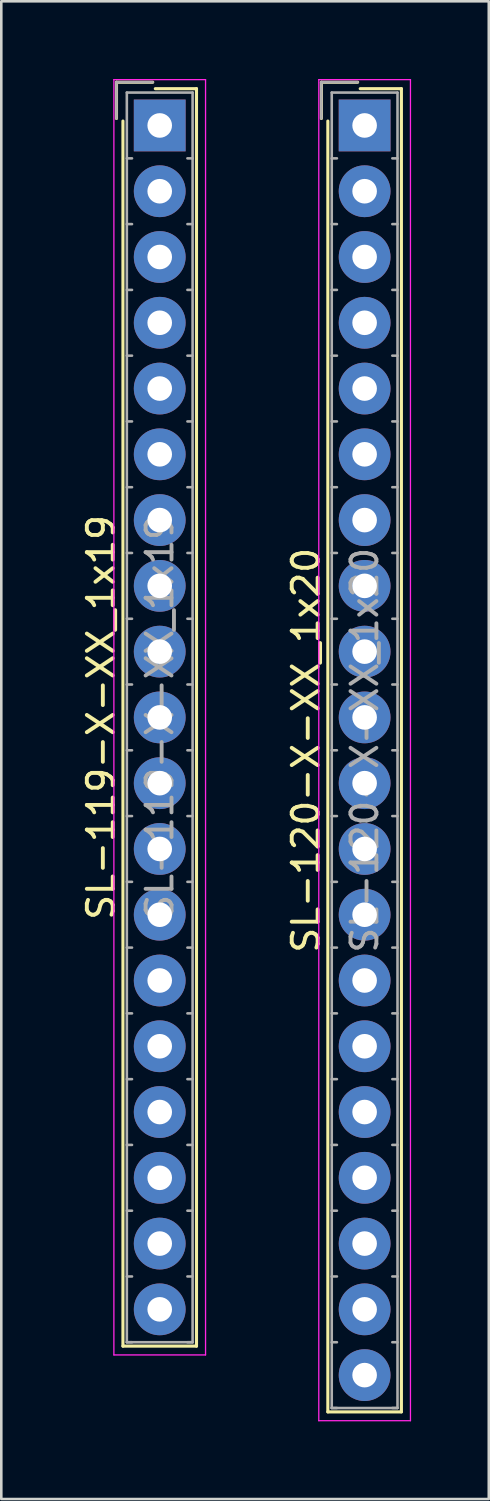
<source format=kicad_pcb>
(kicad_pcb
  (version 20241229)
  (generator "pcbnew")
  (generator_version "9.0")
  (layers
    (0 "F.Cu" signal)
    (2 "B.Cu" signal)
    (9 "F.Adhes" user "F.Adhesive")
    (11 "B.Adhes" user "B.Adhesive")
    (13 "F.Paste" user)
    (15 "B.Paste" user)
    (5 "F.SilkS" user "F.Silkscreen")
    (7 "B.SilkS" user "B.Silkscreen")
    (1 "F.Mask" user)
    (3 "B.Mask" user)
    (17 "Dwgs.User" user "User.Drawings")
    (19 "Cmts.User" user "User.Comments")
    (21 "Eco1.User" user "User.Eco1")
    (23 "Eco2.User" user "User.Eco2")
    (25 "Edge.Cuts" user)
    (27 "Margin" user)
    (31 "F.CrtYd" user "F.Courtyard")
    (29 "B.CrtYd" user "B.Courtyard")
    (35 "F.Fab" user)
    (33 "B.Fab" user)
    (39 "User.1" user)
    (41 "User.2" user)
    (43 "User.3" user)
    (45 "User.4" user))
  (footprint "SL-120-X-XX_1x20"
    (layer "F.Cu")
    (at 11.031 1.795)
    (property "Reference" "SL-120-X-XX_1x20" (at -2.27 24.13 90) (layer "F.SilkS") (effects (font (size 1 1) (thickness 0.15))))
    (attr through_hole)
    (fp_line (start -1.67 -1.67) (end -1.67 -0.27) (stroke (width 0.12) (type solid)) (layer "F.SilkS"))
    (fp_line (start -1.42 49.68) (end -1.42 -0.17) (stroke (width 0.12) (type solid)) (layer "F.SilkS"))
    (fp_line (start -0.27 -1.67) (end -1.67 -1.67) (stroke (width 0.12) (type solid)) (layer "F.SilkS"))
    (fp_line (start -0.17 -1.42) (end 1.42 -1.42) (stroke (width 0.12) (type solid)) (layer "F.SilkS"))
    (fp_line (start 1.42 -1.42) (end 1.42 49.68) (stroke (width 0.12) (type solid)) (layer "F.SilkS"))
    (fp_line (start 1.42 49.68) (end -1.42 49.68) (stroke (width 0.12) (type solid)) (layer "F.SilkS"))
    (fp_line (start -1.77 -1.77) (end -1.77 50.02) (stroke (width 0.05) (type solid)) (layer "F.CrtYd"))
    (fp_line (start -1.77 50.02) (end 1.77 50.02) (stroke (width 0.05) (type solid)) (layer "F.CrtYd"))
    (fp_line (start 1.77 -1.77) (end -1.77 -1.77) (stroke (width 0.05) (type solid)) (layer "F.CrtYd"))
    (fp_line (start 1.77 50.02) (end 1.77 -1.77) (stroke (width 0.05) (type solid)) (layer "F.CrtYd"))
    (fp_line (start -1.67 -1.67) (end -1.67 -0.27) (stroke (width 0.1) (type solid)) (layer "F.Fab"))
    (fp_line (start -1.27 -1.27) (end -1.27 49.53) (stroke (width 0.1) (type solid)) (layer "F.Fab"))
    (fp_line (start -1.27 1.27) (end -1.07 1.27) (stroke (width 0.1) (type solid)) (layer "F.Fab"))
    (fp_line (start -1.27 3.81) (end -1.07 3.81) (stroke (width 0.1) (type solid)) (layer "F.Fab"))
    (fp_line (start -1.27 6.35) (end -1.07 6.35) (stroke (width 0.1) (type solid)) (layer "F.Fab"))
    (fp_line (start -1.27 8.89) (end -1.07 8.89) (stroke (width 0.1) (type solid)) (layer "F.Fab"))
    (fp_line (start -1.27 11.43) (end -1.07 11.43) (stroke (width 0.1) (type solid)) (layer "F.Fab"))
    (fp_line (start -1.27 13.97) (end -1.07 13.97) (stroke (width 0.1) (type solid)) (layer "F.Fab"))
    (fp_line (start -1.27 16.51) (end -1.07 16.51) (stroke (width 0.1) (type solid)) (layer "F.Fab"))
    (fp_line (start -1.27 19.05) (end -1.07 19.05) (stroke (width 0.1) (type solid)) (layer "F.Fab"))
    (fp_line (start -1.27 21.59) (end -1.07 21.59) (stroke (width 0.1) (type solid)) (layer "F.Fab"))
    (fp_line (start -1.27 24.13) (end -1.07 24.13) (stroke (width 0.1) (type solid)) (layer "F.Fab"))
    (fp_line (start -1.27 26.67) (end -1.07 26.67) (stroke (width 0.1) (type solid)) (layer "F.Fab"))
    (fp_line (start -1.27 29.21) (end -1.07 29.21) (stroke (width 0.1) (type solid)) (layer "F.Fab"))
    (fp_line (start -1.27 31.75) (end -1.07 31.75) (stroke (width 0.1) (type solid)) (layer "F.Fab"))
    (fp_line (start -1.27 34.29) (end -1.07 34.29) (stroke (width 0.1) (type solid)) (layer "F.Fab"))
    (fp_line (start -1.27 36.83) (end -1.07 36.83) (stroke (width 0.1) (type solid)) (layer "F.Fab"))
    (fp_line (start -1.27 39.37) (end -1.07 39.37) (stroke (width 0.1) (type solid)) (layer "F.Fab"))
    (fp_line (start -1.27 41.91) (end -1.07 41.91) (stroke (width 0.1) (type solid)) (layer "F.Fab"))
    (fp_line (start -1.27 44.45) (end -1.07 44.45) (stroke (width 0.1) (type solid)) (layer "F.Fab"))
    (fp_line (start -1.27 46.99) (end -1.07 46.99) (stroke (width 0.1) (type solid)) (layer "F.Fab"))
    (fp_line (start -1.27 49.53) (end -1.07 49.53) (stroke (width 0.1) (type solid)) (layer "F.Fab"))
    (fp_line (start -1.27 49.53) (end 1.27 49.53) (stroke (width 0.1) (type solid)) (layer "F.Fab"))
    (fp_line (start -0.27 -1.67) (end -1.67 -1.67) (stroke (width 0.1) (type solid)) (layer "F.Fab"))
    (fp_line (start 1.27 -1.27) (end -1.27 -1.27) (stroke (width 0.1) (type solid)) (layer "F.Fab"))
    (fp_line (start 1.27 1.27) (end 1.07 1.27) (stroke (width 0.1) (type solid)) (layer "F.Fab"))
    (fp_line (start 1.27 3.81) (end 1.07 3.81) (stroke (width 0.1) (type solid)) (layer "F.Fab"))
    (fp_line (start 1.27 6.35) (end 1.07 6.35) (stroke (width 0.1) (type solid)) (layer "F.Fab"))
    (fp_line (start 1.27 8.89) (end 1.07 8.89) (stroke (width 0.1) (type solid)) (layer "F.Fab"))
    (fp_line (start 1.27 11.43) (end 1.07 11.43) (stroke (width 0.1) (type solid)) (layer "F.Fab"))
    (fp_line (start 1.27 13.97) (end 1.07 13.97) (stroke (width 0.1) (type solid)) (layer "F.Fab"))
    (fp_line (start 1.27 16.51) (end 1.07 16.51) (stroke (width 0.1) (type solid)) (layer "F.Fab"))
    (fp_line (start 1.27 19.05) (end 1.07 19.05) (stroke (width 0.1) (type solid)) (layer "F.Fab"))
    (fp_line (start 1.27 21.59) (end 1.07 21.59) (stroke (width 0.1) (type solid)) (layer "F.Fab"))
    (fp_line (start 1.27 24.13) (end 1.07 24.13) (stroke (width 0.1) (type solid)) (layer "F.Fab"))
    (fp_line (start 1.27 26.67) (end 1.07 26.67) (stroke (width 0.1) (type solid)) (layer "F.Fab"))
    (fp_line (start 1.27 29.21) (end 1.07 29.21) (stroke (width 0.1) (type solid)) (layer "F.Fab"))
    (fp_line (start 1.27 31.75) (end 1.07 31.75) (stroke (width 0.1) (type solid)) (layer "F.Fab"))
    (fp_line (start 1.27 34.29) (end 1.07 34.29) (stroke (width 0.1) (type solid)) (layer "F.Fab"))
    (fp_line (start 1.27 36.83) (end 1.07 36.83) (stroke (width 0.1) (type solid)) (layer "F.Fab"))
    (fp_line (start 1.27 39.37) (end 1.07 39.37) (stroke (width 0.1) (type solid)) (layer "F.Fab"))
    (fp_line (start 1.27 41.91) (end 1.07 41.91) (stroke (width 0.1) (type solid)) (layer "F.Fab"))
    (fp_line (start 1.27 44.45) (end 1.07 44.45) (stroke (width 0.1) (type solid)) (layer "F.Fab"))
    (fp_line (start 1.27 46.99) (end 1.07 46.99) (stroke (width 0.1) (type solid)) (layer "F.Fab"))
    (fp_line (start 1.27 49.53) (end 1.07 49.53) (stroke (width 0.1) (type solid)) (layer "F.Fab"))
    (fp_line (start 1.27 49.53) (end 1.27 -1.27) (stroke (width 0.1) (type solid)) (layer "F.Fab"))
    (fp_text user "${REFERENCE}" (at 0 24.13 90) (layer "F.Fab") (effects (font (size 1 1) (thickness 0.15))))
    (pad "1" thru_hole rect (at 0 0) (size 2 2) (drill 0.95) (layers "*.Cu" "*.Mask"))
    (pad "2" thru_hole circle (at 0 2.54) (size 2 2) (drill 0.95) (layers "*.Cu" "*.Mask"))
    (pad "3" thru_hole circle (at 0 5.08) (size 2 2) (drill 0.95) (layers "*.Cu" "*.Mask"))
    (pad "4" thru_hole circle (at 0 7.62) (size 2 2) (drill 0.95) (layers "*.Cu" "*.Mask"))
    (pad "5" thru_hole circle (at 0 10.16) (size 2 2) (drill 0.95) (layers "*.Cu" "*.Mask"))
    (pad "6" thru_hole circle (at 0 12.7) (size 2 2) (drill 0.95) (layers "*.Cu" "*.Mask"))
    (pad "7" thru_hole circle (at 0 15.24) (size 2 2) (drill 0.95) (layers "*.Cu" "*.Mask"))
    (pad "8" thru_hole circle (at 0 17.78) (size 2 2) (drill 0.95) (layers "*.Cu" "*.Mask"))
    (pad "9" thru_hole circle (at 0 20.32) (size 2 2) (drill 0.95) (layers "*.Cu" "*.Mask"))
    (pad "10" thru_hole circle (at 0 22.86) (size 2 2) (drill 0.95) (layers "*.Cu" "*.Mask"))
    (pad "11" thru_hole circle (at 0 25.4) (size 2 2) (drill 0.95) (layers "*.Cu" "*.Mask"))
    (pad "12" thru_hole circle (at 0 27.94) (size 2 2) (drill 0.95) (layers "*.Cu" "*.Mask"))
    (pad "13" thru_hole circle (at 0 30.48) (size 2 2) (drill 0.95) (layers "*.Cu" "*.Mask"))
    (pad "14" thru_hole circle (at 0 33.02) (size 2 2) (drill 0.95) (layers "*.Cu" "*.Mask"))
    (pad "15" thru_hole circle (at 0 35.56) (size 2 2) (drill 0.95) (layers "*.Cu" "*.Mask"))
    (pad "16" thru_hole circle (at 0 38.1) (size 2 2) (drill 0.95) (layers "*.Cu" "*.Mask"))
    (pad "17" thru_hole circle (at 0 40.64) (size 2 2) (drill 0.95) (layers "*.Cu" "*.Mask"))
    (pad "18" thru_hole circle (at 0 43.18) (size 2 2) (drill 0.95) (layers "*.Cu" "*.Mask"))
    (pad "19" thru_hole circle (at 0 45.72) (size 2 2) (drill 0.95) (layers "*.Cu" "*.Mask"))
    (pad "20" thru_hole circle (at 0 48.26) (size 2 2) (drill 0.95) (layers "*.Cu" "*.Mask")))
  (footprint "SL-119-X-XX_1x19"
    (layer "F.Cu")
    (at 3.118 1.795)
    (property "Reference" "SL-119-X-XX_1x19" (at -2.27 22.86 90) (layer "F.SilkS") (effects (font (size 1 1) (thickness 0.15))))
    (attr through_hole)
    (fp_line (start -1.67 -1.67) (end -1.67 -0.27) (stroke (width 0.12) (type solid)) (layer "F.SilkS"))
    (fp_line (start -1.42 47.14) (end -1.42 -0.17) (stroke (width 0.12) (type solid)) (layer "F.SilkS"))
    (fp_line (start -0.27 -1.67) (end -1.67 -1.67) (stroke (width 0.12) (type solid)) (layer "F.SilkS"))
    (fp_line (start -0.17 -1.42) (end 1.42 -1.42) (stroke (width 0.12) (type solid)) (layer "F.SilkS"))
    (fp_line (start 1.42 -1.42) (end 1.42 47.14) (stroke (width 0.12) (type solid)) (layer "F.SilkS"))
    (fp_line (start 1.42 47.14) (end -1.42 47.14) (stroke (width 0.12) (type solid)) (layer "F.SilkS"))
    (fp_line (start -1.77 -1.77) (end -1.77 47.48) (stroke (width 0.05) (type solid)) (layer "F.CrtYd"))
    (fp_line (start -1.77 47.48) (end 1.77 47.48) (stroke (width 0.05) (type solid)) (layer "F.CrtYd"))
    (fp_line (start 1.77 -1.77) (end -1.77 -1.77) (stroke (width 0.05) (type solid)) (layer "F.CrtYd"))
    (fp_line (start 1.77 47.48) (end 1.77 -1.77) (stroke (width 0.05) (type solid)) (layer "F.CrtYd"))
    (fp_line (start -1.67 -1.67) (end -1.67 -0.27) (stroke (width 0.1) (type solid)) (layer "F.Fab"))
    (fp_line (start -1.27 -1.27) (end -1.27 46.99) (stroke (width 0.1) (type solid)) (layer "F.Fab"))
    (fp_line (start -1.27 1.27) (end -1.07 1.27) (stroke (width 0.1) (type solid)) (layer "F.Fab"))
    (fp_line (start -1.27 3.81) (end -1.07 3.81) (stroke (width 0.1) (type solid)) (layer "F.Fab"))
    (fp_line (start -1.27 6.35) (end -1.07 6.35) (stroke (width 0.1) (type solid)) (layer "F.Fab"))
    (fp_line (start -1.27 8.89) (end -1.07 8.89) (stroke (width 0.1) (type solid)) (layer "F.Fab"))
    (fp_line (start -1.27 11.43) (end -1.07 11.43) (stroke (width 0.1) (type solid)) (layer "F.Fab"))
    (fp_line (start -1.27 13.97) (end -1.07 13.97) (stroke (width 0.1) (type solid)) (layer "F.Fab"))
    (fp_line (start -1.27 16.51) (end -1.07 16.51) (stroke (width 0.1) (type solid)) (layer "F.Fab"))
    (fp_line (start -1.27 19.05) (end -1.07 19.05) (stroke (width 0.1) (type solid)) (layer "F.Fab"))
    (fp_line (start -1.27 21.59) (end -1.07 21.59) (stroke (width 0.1) (type solid)) (layer "F.Fab"))
    (fp_line (start -1.27 24.13) (end -1.07 24.13) (stroke (width 0.1) (type solid)) (layer "F.Fab"))
    (fp_line (start -1.27 26.67) (end -1.07 26.67) (stroke (width 0.1) (type solid)) (layer "F.Fab"))
    (fp_line (start -1.27 29.21) (end -1.07 29.21) (stroke (width 0.1) (type solid)) (layer "F.Fab"))
    (fp_line (start -1.27 31.75) (end -1.07 31.75) (stroke (width 0.1) (type solid)) (layer "F.Fab"))
    (fp_line (start -1.27 34.29) (end -1.07 34.29) (stroke (width 0.1) (type solid)) (layer "F.Fab"))
    (fp_line (start -1.27 36.83) (end -1.07 36.83) (stroke (width 0.1) (type solid)) (layer "F.Fab"))
    (fp_line (start -1.27 39.37) (end -1.07 39.37) (stroke (width 0.1) (type solid)) (layer "F.Fab"))
    (fp_line (start -1.27 41.91) (end -1.07 41.91) (stroke (width 0.1) (type solid)) (layer "F.Fab"))
    (fp_line (start -1.27 44.45) (end -1.07 44.45) (stroke (width 0.1) (type solid)) (layer "F.Fab"))
    (fp_line (start -1.27 46.99) (end -1.07 46.99) (stroke (width 0.1) (type solid)) (layer "F.Fab"))
    (fp_line (start -1.27 46.99) (end 1.27 46.99) (stroke (width 0.1) (type solid)) (layer "F.Fab"))
    (fp_line (start -0.27 -1.67) (end -1.67 -1.67) (stroke (width 0.1) (type solid)) (layer "F.Fab"))
    (fp_line (start 1.27 -1.27) (end -1.27 -1.27) (stroke (width 0.1) (type solid)) (layer "F.Fab"))
    (fp_line (start 1.27 1.27) (end 1.07 1.27) (stroke (width 0.1) (type solid)) (layer "F.Fab"))
    (fp_line (start 1.27 3.81) (end 1.07 3.81) (stroke (width 0.1) (type solid)) (layer "F.Fab"))
    (fp_line (start 1.27 6.35) (end 1.07 6.35) (stroke (width 0.1) (type solid)) (layer "F.Fab"))
    (fp_line (start 1.27 8.89) (end 1.07 8.89) (stroke (width 0.1) (type solid)) (layer "F.Fab"))
    (fp_line (start 1.27 11.43) (end 1.07 11.43) (stroke (width 0.1) (type solid)) (layer "F.Fab"))
    (fp_line (start 1.27 13.97) (end 1.07 13.97) (stroke (width 0.1) (type solid)) (layer "F.Fab"))
    (fp_line (start 1.27 16.51) (end 1.07 16.51) (stroke (width 0.1) (type solid)) (layer "F.Fab"))
    (fp_line (start 1.27 19.05) (end 1.07 19.05) (stroke (width 0.1) (type solid)) (layer "F.Fab"))
    (fp_line (start 1.27 21.59) (end 1.07 21.59) (stroke (width 0.1) (type solid)) (layer "F.Fab"))
    (fp_line (start 1.27 24.13) (end 1.07 24.13) (stroke (width 0.1) (type solid)) (layer "F.Fab"))
    (fp_line (start 1.27 26.67) (end 1.07 26.67) (stroke (width 0.1) (type solid)) (layer "F.Fab"))
    (fp_line (start 1.27 29.21) (end 1.07 29.21) (stroke (width 0.1) (type solid)) (layer "F.Fab"))
    (fp_line (start 1.27 31.75) (end 1.07 31.75) (stroke (width 0.1) (type solid)) (layer "F.Fab"))
    (fp_line (start 1.27 34.29) (end 1.07 34.29) (stroke (width 0.1) (type solid)) (layer "F.Fab"))
    (fp_line (start 1.27 36.83) (end 1.07 36.83) (stroke (width 0.1) (type solid)) (layer "F.Fab"))
    (fp_line (start 1.27 39.37) (end 1.07 39.37) (stroke (width 0.1) (type solid)) (layer "F.Fab"))
    (fp_line (start 1.27 41.91) (end 1.07 41.91) (stroke (width 0.1) (type solid)) (layer "F.Fab"))
    (fp_line (start 1.27 44.45) (end 1.07 44.45) (stroke (width 0.1) (type solid)) (layer "F.Fab"))
    (fp_line (start 1.27 46.99) (end 1.07 46.99) (stroke (width 0.1) (type solid)) (layer "F.Fab"))
    (fp_line (start 1.27 46.99) (end 1.27 -1.27) (stroke (width 0.1) (type solid)) (layer "F.Fab"))
    (fp_text user "${REFERENCE}" (at 0 22.86 90) (layer "F.Fab") (effects (font (size 1 1) (thickness 0.15))))
    (pad "1" thru_hole rect (at 0 0) (size 2 2) (drill 0.95) (layers "*.Cu" "*.Mask"))
    (pad "2" thru_hole circle (at 0 2.54) (size 2 2) (drill 0.95) (layers "*.Cu" "*.Mask"))
    (pad "3" thru_hole circle (at 0 5.08) (size 2 2) (drill 0.95) (layers "*.Cu" "*.Mask"))
    (pad "4" thru_hole circle (at 0 7.62) (size 2 2) (drill 0.95) (layers "*.Cu" "*.Mask"))
    (pad "5" thru_hole circle (at 0 10.16) (size 2 2) (drill 0.95) (layers "*.Cu" "*.Mask"))
    (pad "6" thru_hole circle (at 0 12.7) (size 2 2) (drill 0.95) (layers "*.Cu" "*.Mask"))
    (pad "7" thru_hole circle (at 0 15.24) (size 2 2) (drill 0.95) (layers "*.Cu" "*.Mask"))
    (pad "8" thru_hole circle (at 0 17.78) (size 2 2) (drill 0.95) (layers "*.Cu" "*.Mask"))
    (pad "9" thru_hole circle (at 0 20.32) (size 2 2) (drill 0.95) (layers "*.Cu" "*.Mask"))
    (pad "10" thru_hole circle (at 0 22.86) (size 2 2) (drill 0.95) (layers "*.Cu" "*.Mask"))
    (pad "11" thru_hole circle (at 0 25.4) (size 2 2) (drill 0.95) (layers "*.Cu" "*.Mask"))
    (pad "12" thru_hole circle (at 0 27.94) (size 2 2) (drill 0.95) (layers "*.Cu" "*.Mask"))
    (pad "13" thru_hole circle (at 0 30.48) (size 2 2) (drill 0.95) (layers "*.Cu" "*.Mask"))
    (pad "14" thru_hole circle (at 0 33.02) (size 2 2) (drill 0.95) (layers "*.Cu" "*.Mask"))
    (pad "15" thru_hole circle (at 0 35.56) (size 2 2) (drill 0.95) (layers "*.Cu" "*.Mask"))
    (pad "16" thru_hole circle (at 0 38.1) (size 2 2) (drill 0.95) (layers "*.Cu" "*.Mask"))
    (pad "17" thru_hole circle (at 0 40.64) (size 2 2) (drill 0.95) (layers "*.Cu" "*.Mask"))
    (pad "18" thru_hole circle (at 0 43.18) (size 2 2) (drill 0.95) (layers "*.Cu" "*.Mask"))
    (pad "19" thru_hole circle (at 0 45.72) (size 2 2) (drill 0.95) (layers "*.Cu" "*.Mask")))
  (gr_rect
    (start -3 -3)
    (end 15.826 54.84)
    (stroke (width 0.1) (type default))
    (fill no)
    (layer "Edge.Cuts")))
</source>
